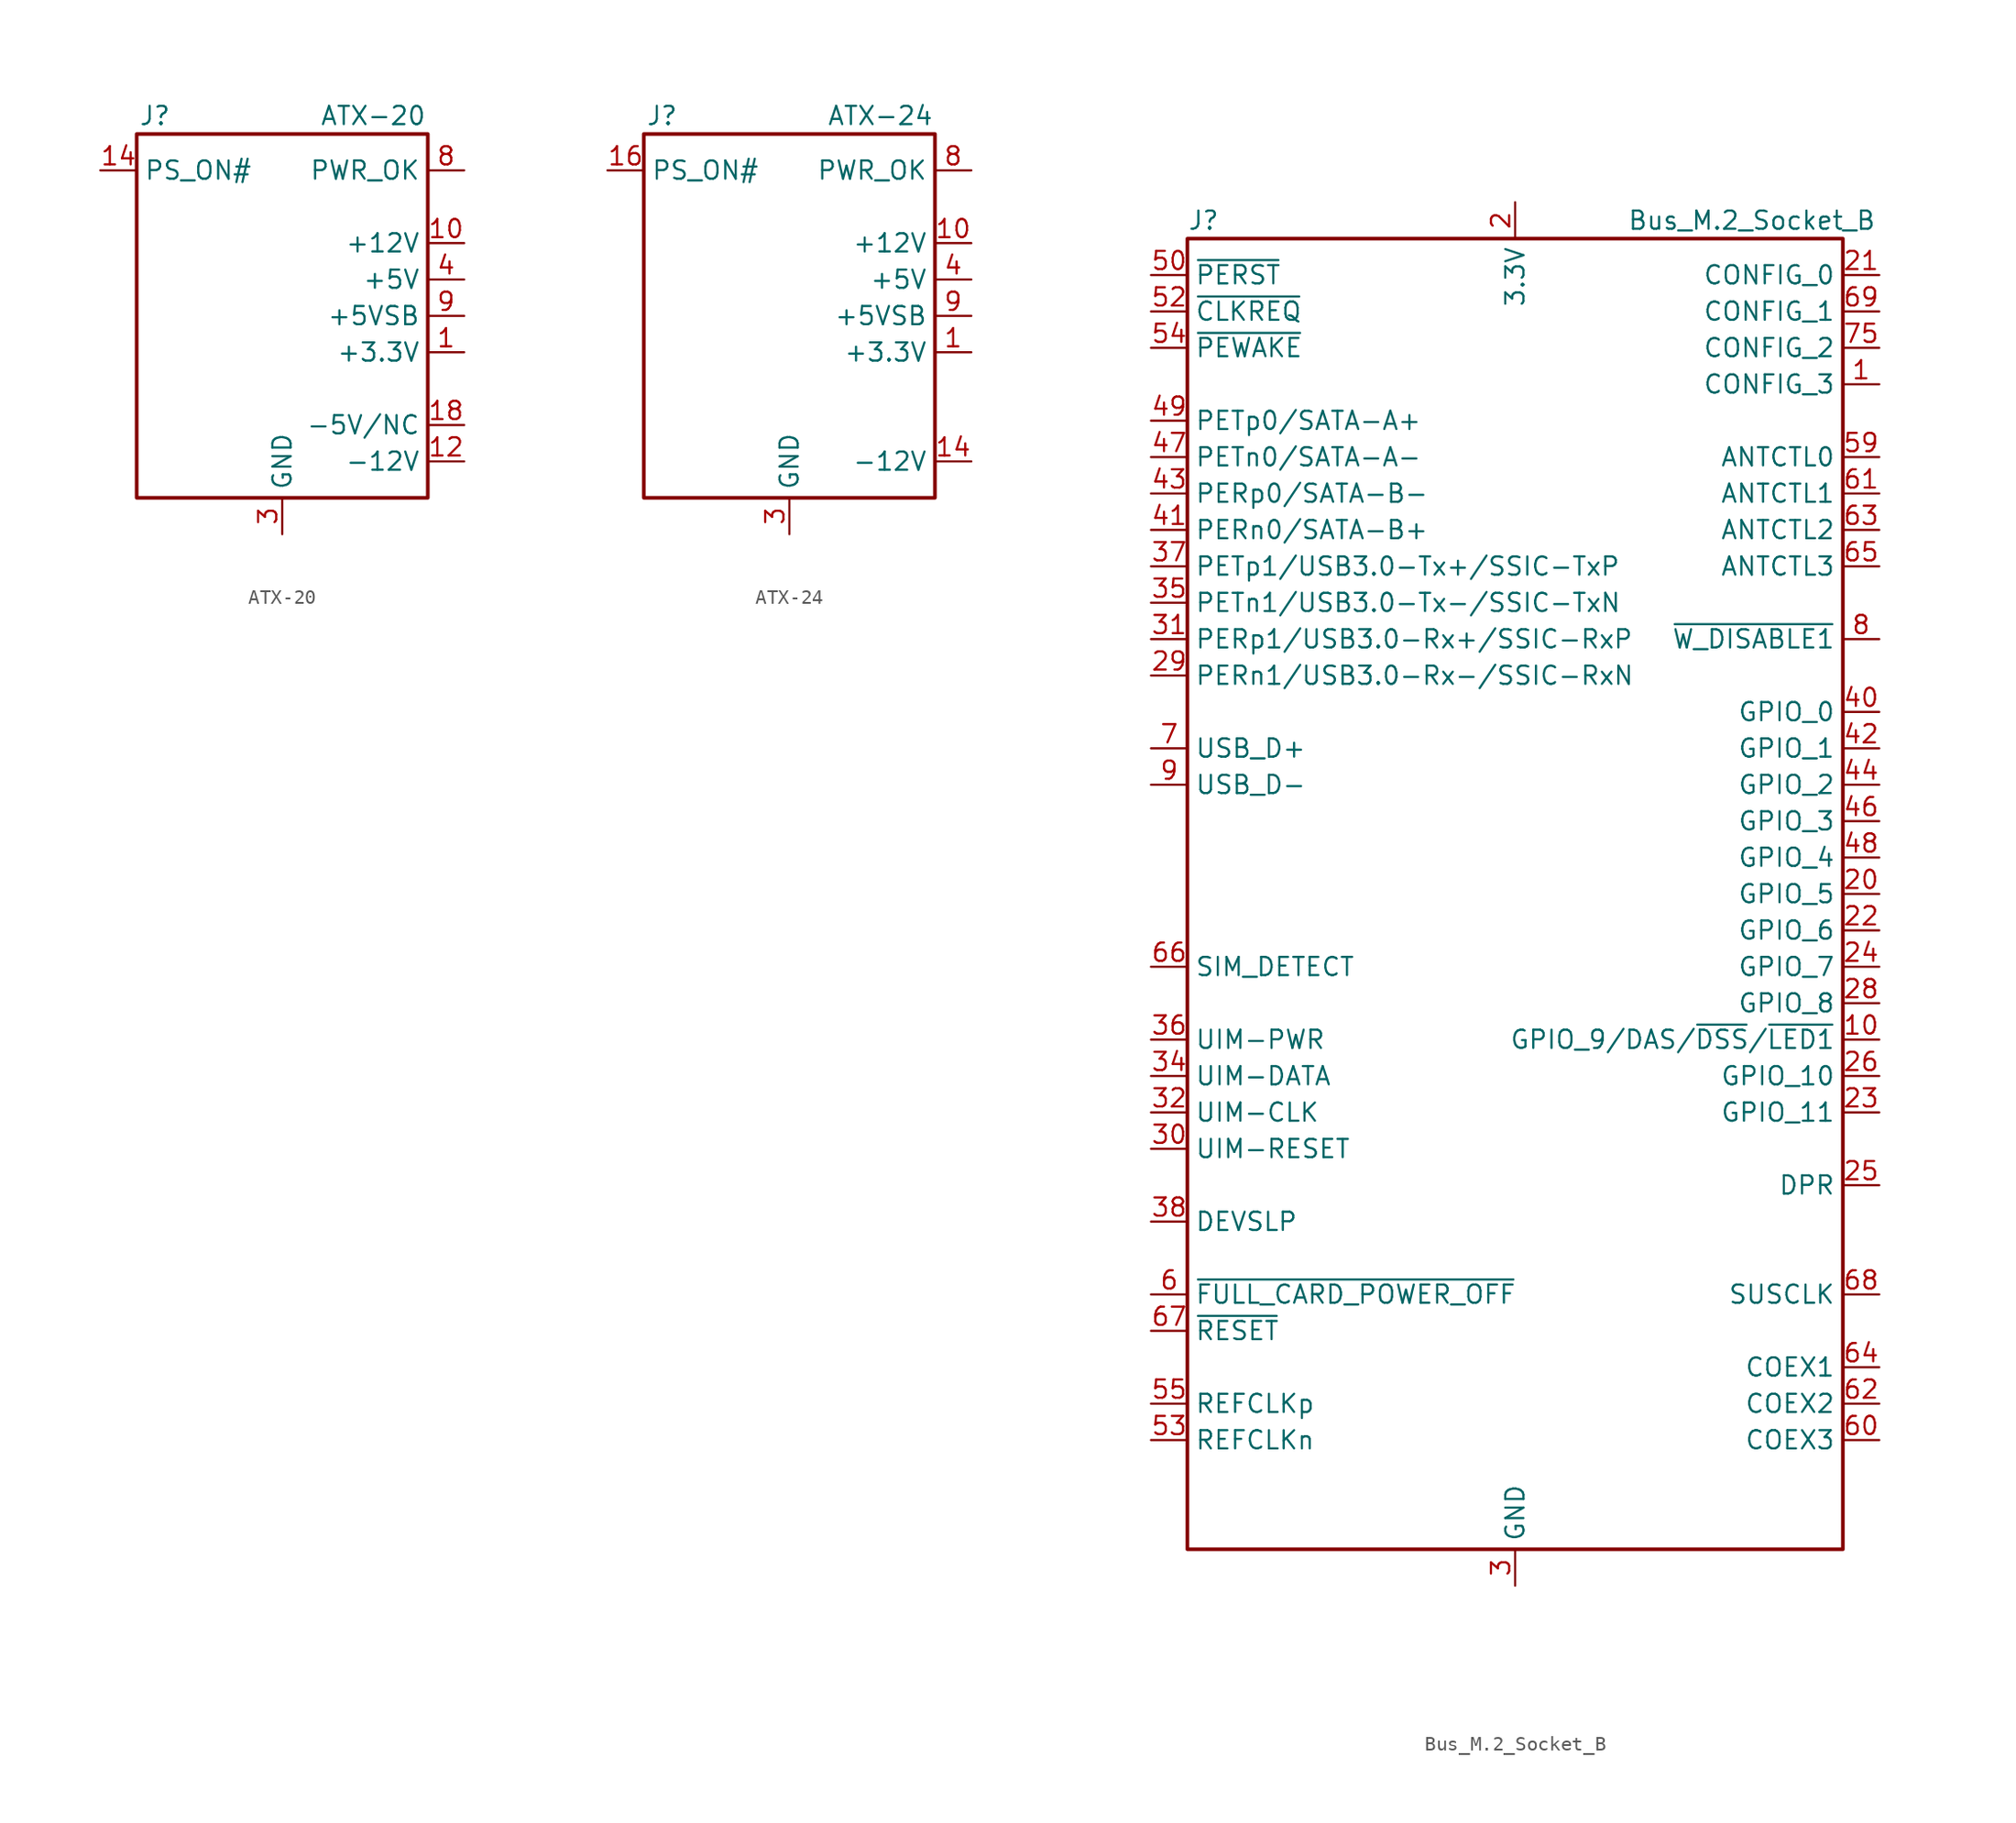
<source format=kicad_sym>
(kicad_symbol_lib
  (version 20211014)
  (generator kicad_symbol_editor)
  (symbol "ATX-20"
    (property "Reference" "J"
      (at -8.89 13.97 0)
      (effects (font (size 1.27 1.27))))
    (property "Value" "ATX-20"
      (at 6.35 13.97 0)
      (effects (font (size 1.27 1.27))))
    (symbol "ATX-20_0_1"
      (rectangle (start -10.16 12.7) (end 10.16 -12.7) (stroke (width 0.254) (type default) (color 0 0 0 0)) (fill (type none))))
    (symbol "ATX-20_1_1"
      (pin power_out line (at 12.7 -2.54 180) (length 2.54) (name "+3.3V" (effects (font (size 1.27 1.27)))) (number "1" (effects (font (size 1.27 1.27)))))
      (pin power_out line (at 12.7 5.08 180) (length 2.54) (name "+12V" (effects (font (size 1.27 1.27)))) (number "10" (effects (font (size 1.27 1.27)))))
      (pin passive line (at 12.7 -2.54 180) (length 2.54) hide (name "+3.3V" (effects (font (size 1.27 1.27)))) (number "11" (effects (font (size 1.27 1.27)))))
      (pin power_out line (at 12.7 -10.16 180) (length 2.54) (name "-12V" (effects (font (size 1.27 1.27)))) (number "12" (effects (font (size 1.27 1.27)))))
      (pin passive line (at 0 -15.24 90) (length 2.54) hide (name "GND" (effects (font (size 1.27 1.27)))) (number "13" (effects (font (size 1.27 1.27)))))
      (pin open_collector line (at -12.7 10.16 0) (length 2.54) (name "PS_ON#" (effects (font (size 1.27 1.27)))) (number "14" (effects (font (size 1.27 1.27)))))
      (pin passive line (at 0 -15.24 90) (length 2.54) hide (name "GND" (effects (font (size 1.27 1.27)))) (number "15" (effects (font (size 1.27 1.27)))))
      (pin passive line (at 0 -15.24 90) (length 2.54) hide (name "GND" (effects (font (size 1.27 1.27)))) (number "16" (effects (font (size 1.27 1.27)))))
      (pin passive line (at 0 -15.24 90) (length 2.54) hide (name "GND" (effects (font (size 1.27 1.27)))) (number "17" (effects (font (size 1.27 1.27)))))
      (pin power_out line (at 12.7 -7.62 180) (length 2.54) (name "-5V/NC" (effects (font (size 1.27 1.27)))) (number "18" (effects (font (size 1.27 1.27)))))
      (pin passive line (at 12.7 2.54 180) (length 2.54) hide (name "+5V" (effects (font (size 1.27 1.27)))) (number "19" (effects (font (size 1.27 1.27)))))
      (pin passive line (at 12.7 -2.54 180) (length 2.54) hide (name "+3.3V" (effects (font (size 1.27 1.27)))) (number "2" (effects (font (size 1.27 1.27)))))
      (pin passive line (at 12.7 2.54 180) (length 2.54) hide (name "+5V" (effects (font (size 1.27 1.27)))) (number "20" (effects (font (size 1.27 1.27)))))
      (pin power_out line (at 0 -15.24 90) (length 2.54) (name "GND" (effects (font (size 1.27 1.27)))) (number "3" (effects (font (size 1.27 1.27)))))
      (pin power_out line (at 12.7 2.54 180) (length 2.54) (name "+5V" (effects (font (size 1.27 1.27)))) (number "4" (effects (font (size 1.27 1.27)))))
      (pin passive line (at 0 -15.24 90) (length 2.54) hide (name "GND" (effects (font (size 1.27 1.27)))) (number "5" (effects (font (size 1.27 1.27)))))
      (pin passive line (at 12.7 2.54 180) (length 2.54) hide (name "+5V" (effects (font (size 1.27 1.27)))) (number "6" (effects (font (size 1.27 1.27)))))
      (pin passive line (at 0 -15.24 90) (length 2.54) hide (name "GND" (effects (font (size 1.27 1.27)))) (number "7" (effects (font (size 1.27 1.27)))))
      (pin output line (at 12.7 10.16 180) (length 2.54) (name "PWR_OK" (effects (font (size 1.27 1.27)))) (number "8" (effects (font (size 1.27 1.27)))))
      (pin power_out line (at 12.7 0 180) (length 2.54) (name "+5VSB" (effects (font (size 1.27 1.27)))) (number "9" (effects (font (size 1.27 1.27)))))))
  (symbol "ATX-24"
    (property "Reference" "J"
      (at -8.89 13.97 0)
      (effects (font (size 1.27 1.27))))
    (property "Value" "ATX-24"
      (at 6.35 13.97 0)
      (effects (font (size 1.27 1.27))))
    (symbol "ATX-24_0_1"
      (rectangle (start -10.16 12.7) (end 10.16 -12.7) (stroke (width 0.254) (type default) (color 0 0 0 0)) (fill (type none))))
    (symbol "ATX-24_1_1"
      (pin power_out line (at 12.7 -2.54 180) (length 2.54) (name "+3.3V" (effects (font (size 1.27 1.27)))) (number "1" (effects (font (size 1.27 1.27)))))
      (pin power_out line (at 12.7 5.08 180) (length 2.54) (name "+12V" (effects (font (size 1.27 1.27)))) (number "10" (effects (font (size 1.27 1.27)))))
      (pin passive line (at 12.7 5.08 180) (length 2.54) hide (name "+12V" (effects (font (size 1.27 1.27)))) (number "11" (effects (font (size 1.27 1.27)))))
      (pin passive line (at 12.7 -2.54 180) (length 2.54) hide (name "+3.3V" (effects (font (size 1.27 1.27)))) (number "12" (effects (font (size 1.27 1.27)))))
      (pin passive line (at 12.7 -2.54 180) (length 2.54) hide (name "+3.3V" (effects (font (size 1.27 1.27)))) (number "13" (effects (font (size 1.27 1.27)))))
      (pin power_out line (at 12.7 -10.16 180) (length 2.54) (name "-12V" (effects (font (size 1.27 1.27)))) (number "14" (effects (font (size 1.27 1.27)))))
      (pin passive line (at 0 -15.24 90) (length 2.54) hide (name "GND" (effects (font (size 1.27 1.27)))) (number "15" (effects (font (size 1.27 1.27)))))
      (pin open_collector line (at -12.7 10.16 0) (length 2.54) (name "PS_ON#" (effects (font (size 1.27 1.27)))) (number "16" (effects (font (size 1.27 1.27)))))
      (pin passive line (at 0 -15.24 90) (length 2.54) hide (name "GND" (effects (font (size 1.27 1.27)))) (number "17" (effects (font (size 1.27 1.27)))))
      (pin passive line (at 0 -15.24 90) (length 2.54) hide (name "GND" (effects (font (size 1.27 1.27)))) (number "18" (effects (font (size 1.27 1.27)))))
      (pin passive line (at 0 -15.24 90) (length 2.54) hide (name "GND" (effects (font (size 1.27 1.27)))) (number "19" (effects (font (size 1.27 1.27)))))
      (pin passive line (at 12.7 -2.54 180) (length 2.54) hide (name "+3.3V" (effects (font (size 1.27 1.27)))) (number "2" (effects (font (size 1.27 1.27)))))
      (pin no_connect line (at -10.16 0 0) (length 2.54) hide (name "NC" (effects (font (size 1.27 1.27)))) (number "20" (effects (font (size 1.27 1.27)))))
      (pin passive line (at 12.7 2.54 180) (length 2.54) hide (name "+5V" (effects (font (size 1.27 1.27)))) (number "21" (effects (font (size 1.27 1.27)))))
      (pin passive line (at 12.7 2.54 180) (length 2.54) hide (name "+5V" (effects (font (size 1.27 1.27)))) (number "22" (effects (font (size 1.27 1.27)))))
      (pin passive line (at 12.7 2.54 180) (length 2.54) hide (name "+5V" (effects (font (size 1.27 1.27)))) (number "23" (effects (font (size 1.27 1.27)))))
      (pin passive line (at 0 -15.24 90) (length 2.54) hide (name "GND" (effects (font (size 1.27 1.27)))) (number "24" (effects (font (size 1.27 1.27)))))
      (pin power_out line (at 0 -15.24 90) (length 2.54) (name "GND" (effects (font (size 1.27 1.27)))) (number "3" (effects (font (size 1.27 1.27)))))
      (pin power_out line (at 12.7 2.54 180) (length 2.54) (name "+5V" (effects (font (size 1.27 1.27)))) (number "4" (effects (font (size 1.27 1.27)))))
      (pin passive line (at 0 -15.24 90) (length 2.54) hide (name "GND" (effects (font (size 1.27 1.27)))) (number "5" (effects (font (size 1.27 1.27)))))
      (pin passive line (at 12.7 2.54 180) (length 2.54) hide (name "+5V" (effects (font (size 1.27 1.27)))) (number "6" (effects (font (size 1.27 1.27)))))
      (pin passive line (at 0 -15.24 90) (length 2.54) hide (name "GND" (effects (font (size 1.27 1.27)))) (number "7" (effects (font (size 1.27 1.27)))))
      (pin output line (at 12.7 10.16 180) (length 2.54) (name "PWR_OK" (effects (font (size 1.27 1.27)))) (number "8" (effects (font (size 1.27 1.27)))))
      (pin power_out line (at 12.7 0 180) (length 2.54) (name "+5VSB" (effects (font (size 1.27 1.27)))) (number "9" (effects (font (size 1.27 1.27)))))))
  (symbol "Bus_M.2_Socket_B"
    (property "Reference" "J"
      (at -22.86 46.99 0)
      (effects (font (size 1.27 1.27)) (justify left)))
    (property "Value" "Bus_M.2_Socket_B"
      (at 16.51 46.99 0)
      (effects (font (size 1.27 1.27))))
    (symbol "Bus_M.2_Socket_B_0_1"
      (rectangle (start -22.86 45.72) (end 22.86 -45.72) (stroke (width 0.254) (type default) (color 0 0 0 0)) (fill (type none))))
    (symbol "Bus_M.2_Socket_B_1_1"
      (pin input line (at 25.4 35.56 180) (length 2.54) (name "CONFIG_3" (effects (font (size 1.27 1.27)))) (number "1" (effects (font (size 1.27 1.27)))))
      (pin bidirectional line (at 25.4 -10.16 180) (length 2.54) (name "GPIO_9/DAS/~{DSS}/~{LED1}" (effects (font (size 1.27 1.27)))) (number "10" (effects (font (size 1.27 1.27)))))
      (pin passive line (at 0 -48.26 90) (length 2.54) hide (name "GND" (effects (font (size 1.27 1.27)))) (number "11" (effects (font (size 1.27 1.27)))))
      (pin power_in line (at 0 48.26 270) (length 2.54) (name "3.3V" (effects (font (size 1.27 1.27)))) (number "2" (effects (font (size 1.27 1.27)))))
      (pin bidirectional line (at 25.4 0 180) (length 2.54) (name "GPIO_5" (effects (font (size 1.27 1.27)))) (number "20" (effects (font (size 1.27 1.27)))))
      (pin input line (at 25.4 43.18 180) (length 2.54) (name "CONFIG_0" (effects (font (size 1.27 1.27)))) (number "21" (effects (font (size 1.27 1.27)))))
      (pin bidirectional line (at 25.4 -2.54 180) (length 2.54) (name "GPIO_6" (effects (font (size 1.27 1.27)))) (number "22" (effects (font (size 1.27 1.27)))))
      (pin bidirectional line (at 25.4 -15.24 180) (length 2.54) (name "GPIO_11" (effects (font (size 1.27 1.27)))) (number "23" (effects (font (size 1.27 1.27)))))
      (pin bidirectional line (at 25.4 -5.08 180) (length 2.54) (name "GPIO_7" (effects (font (size 1.27 1.27)))) (number "24" (effects (font (size 1.27 1.27)))))
      (pin output line (at 25.4 -20.32 180) (length 2.54) (name "DPR" (effects (font (size 1.27 1.27)))) (number "25" (effects (font (size 1.27 1.27)))))
      (pin bidirectional line (at 25.4 -12.7 180) (length 2.54) (name "GPIO_10" (effects (font (size 1.27 1.27)))) (number "26" (effects (font (size 1.27 1.27)))))
      (pin passive line (at 0 -48.26 90) (length 2.54) hide (name "GND" (effects (font (size 1.27 1.27)))) (number "27" (effects (font (size 1.27 1.27)))))
      (pin bidirectional line (at 25.4 -7.62 180) (length 2.54) (name "GPIO_8" (effects (font (size 1.27 1.27)))) (number "28" (effects (font (size 1.27 1.27)))))
      (pin input line (at -25.4 15.24 0) (length 2.54) (name "PERn1/USB3.0-Rx-/SSIC-RxN" (effects (font (size 1.27 1.27)))) (number "29" (effects (font (size 1.27 1.27)))))
      (pin power_in line (at 0 -48.26 90) (length 2.54) (name "GND" (effects (font (size 1.27 1.27)))) (number "3" (effects (font (size 1.27 1.27)))))
      (pin input line (at -25.4 -17.78 0) (length 2.54) (name "UIM-RESET" (effects (font (size 1.27 1.27)))) (number "30" (effects (font (size 1.27 1.27)))))
      (pin input line (at -25.4 17.78 0) (length 2.54) (name "PERp1/USB3.0-Rx+/SSIC-RxP" (effects (font (size 1.27 1.27)))) (number "31" (effects (font (size 1.27 1.27)))))
      (pin input line (at -25.4 -15.24 0) (length 2.54) (name "UIM-CLK" (effects (font (size 1.27 1.27)))) (number "32" (effects (font (size 1.27 1.27)))))
      (pin passive line (at 0 -48.26 90) (length 2.54) hide (name "GND" (effects (font (size 1.27 1.27)))) (number "33" (effects (font (size 1.27 1.27)))))
      (pin bidirectional line (at -25.4 -12.7 0) (length 2.54) (name "UIM-DATA" (effects (font (size 1.27 1.27)))) (number "34" (effects (font (size 1.27 1.27)))))
      (pin output line (at -25.4 20.32 0) (length 2.54) (name "PETn1/USB3.0-Tx-/SSIC-TxN" (effects (font (size 1.27 1.27)))) (number "35" (effects (font (size 1.27 1.27)))))
      (pin input line (at -25.4 -10.16 0) (length 2.54) (name "UIM-PWR" (effects (font (size 1.27 1.27)))) (number "36" (effects (font (size 1.27 1.27)))))
      (pin output line (at -25.4 22.86 0) (length 2.54) (name "PETp1/USB3.0-Tx+/SSIC-TxP" (effects (font (size 1.27 1.27)))) (number "37" (effects (font (size 1.27 1.27)))))
      (pin output line (at -25.4 -22.86 0) (length 2.54) (name "DEVSLP" (effects (font (size 1.27 1.27)))) (number "38" (effects (font (size 1.27 1.27)))))
      (pin passive line (at 0 -48.26 90) (length 2.54) hide (name "GND" (effects (font (size 1.27 1.27)))) (number "39" (effects (font (size 1.27 1.27)))))
      (pin passive line (at 0 48.26 270) (length 2.54) hide (name "3.3V" (effects (font (size 1.27 1.27)))) (number "4" (effects (font (size 1.27 1.27)))))
      (pin bidirectional line (at 25.4 12.7 180) (length 2.54) (name "GPIO_0" (effects (font (size 1.27 1.27)))) (number "40" (effects (font (size 1.27 1.27)))))
      (pin input line (at -25.4 25.4 0) (length 2.54) (name "PERn0/SATA-B+" (effects (font (size 1.27 1.27)))) (number "41" (effects (font (size 1.27 1.27)))))
      (pin bidirectional line (at 25.4 10.16 180) (length 2.54) (name "GPIO_1" (effects (font (size 1.27 1.27)))) (number "42" (effects (font (size 1.27 1.27)))))
      (pin input line (at -25.4 27.94 0) (length 2.54) (name "PERp0/SATA-B-" (effects (font (size 1.27 1.27)))) (number "43" (effects (font (size 1.27 1.27)))))
      (pin bidirectional line (at 25.4 7.62 180) (length 2.54) (name "GPIO_2" (effects (font (size 1.27 1.27)))) (number "44" (effects (font (size 1.27 1.27)))))
      (pin passive line (at 0 -48.26 90) (length 2.54) hide (name "GND" (effects (font (size 1.27 1.27)))) (number "45" (effects (font (size 1.27 1.27)))))
      (pin bidirectional line (at 25.4 5.08 180) (length 2.54) (name "GPIO_3" (effects (font (size 1.27 1.27)))) (number "46" (effects (font (size 1.27 1.27)))))
      (pin output line (at -25.4 30.48 0) (length 2.54) (name "PETn0/SATA-A-" (effects (font (size 1.27 1.27)))) (number "47" (effects (font (size 1.27 1.27)))))
      (pin bidirectional line (at 25.4 2.54 180) (length 2.54) (name "GPIO_4" (effects (font (size 1.27 1.27)))) (number "48" (effects (font (size 1.27 1.27)))))
      (pin output line (at -25.4 33.02 0) (length 2.54) (name "PETp0/SATA-A+" (effects (font (size 1.27 1.27)))) (number "49" (effects (font (size 1.27 1.27)))))
      (pin passive line (at 0 -48.26 90) (length 2.54) hide (name "GND" (effects (font (size 1.27 1.27)))) (number "5" (effects (font (size 1.27 1.27)))))
      (pin output line (at -25.4 43.18 0) (length 2.54) (name "~{PERST}" (effects (font (size 1.27 1.27)))) (number "50" (effects (font (size 1.27 1.27)))))
      (pin passive line (at 0 -48.26 90) (length 2.54) hide (name "GND" (effects (font (size 1.27 1.27)))) (number "51" (effects (font (size 1.27 1.27)))))
      (pin bidirectional line (at -25.4 40.64 0) (length 2.54) (name "~{CLKREQ}" (effects (font (size 1.27 1.27)))) (number "52" (effects (font (size 1.27 1.27)))))
      (pin output line (at -25.4 -38.1 0) (length 2.54) (name "REFCLKn" (effects (font (size 1.27 1.27)))) (number "53" (effects (font (size 1.27 1.27)))))
      (pin bidirectional line (at -25.4 38.1 0) (length 2.54) (name "~{PEWAKE}" (effects (font (size 1.27 1.27)))) (number "54" (effects (font (size 1.27 1.27)))))
      (pin output line (at -25.4 -35.56 0) (length 2.54) (name "REFCLKp" (effects (font (size 1.27 1.27)))) (number "55" (effects (font (size 1.27 1.27)))))
      (pin no_connect line (at 22.86 -43.18 180) (length 2.54) hide (name "NC" (effects (font (size 1.27 1.27)))) (number "56" (effects (font (size 1.27 1.27)))))
      (pin passive line (at 0 -48.26 90) (length 2.54) hide (name "GND" (effects (font (size 1.27 1.27)))) (number "57" (effects (font (size 1.27 1.27)))))
      (pin no_connect line (at 22.86 -40.64 180) (length 2.54) hide (name "NC" (effects (font (size 1.27 1.27)))) (number "58" (effects (font (size 1.27 1.27)))))
      (pin input line (at 25.4 30.48 180) (length 2.54) (name "ANTCTL0" (effects (font (size 1.27 1.27)))) (number "59" (effects (font (size 1.27 1.27)))))
      (pin output line (at -25.4 -27.94 0) (length 2.54) (name "~{FULL_CARD_POWER_OFF}" (effects (font (size 1.27 1.27)))) (number "6" (effects (font (size 1.27 1.27)))))
      (pin bidirectional line (at 25.4 -38.1 180) (length 2.54) (name "COEX3" (effects (font (size 1.27 1.27)))) (number "60" (effects (font (size 1.27 1.27)))))
      (pin input line (at 25.4 27.94 180) (length 2.54) (name "ANTCTL1" (effects (font (size 1.27 1.27)))) (number "61" (effects (font (size 1.27 1.27)))))
      (pin bidirectional line (at 25.4 -35.56 180) (length 2.54) (name "COEX2" (effects (font (size 1.27 1.27)))) (number "62" (effects (font (size 1.27 1.27)))))
      (pin input line (at 25.4 25.4 180) (length 2.54) (name "ANTCTL2" (effects (font (size 1.27 1.27)))) (number "63" (effects (font (size 1.27 1.27)))))
      (pin bidirectional line (at 25.4 -33.02 180) (length 2.54) (name "COEX1" (effects (font (size 1.27 1.27)))) (number "64" (effects (font (size 1.27 1.27)))))
      (pin input line (at 25.4 22.86 180) (length 2.54) (name "ANTCTL3" (effects (font (size 1.27 1.27)))) (number "65" (effects (font (size 1.27 1.27)))))
      (pin output line (at -25.4 -5.08 0) (length 2.54) (name "SIM_DETECT" (effects (font (size 1.27 1.27)))) (number "66" (effects (font (size 1.27 1.27)))))
      (pin output line (at -25.4 -30.48 0) (length 2.54) (name "~{RESET}" (effects (font (size 1.27 1.27)))) (number "67" (effects (font (size 1.27 1.27)))))
      (pin output line (at 25.4 -27.94 180) (length 2.54) (name "SUSCLK" (effects (font (size 1.27 1.27)))) (number "68" (effects (font (size 1.27 1.27)))))
      (pin input line (at 25.4 40.64 180) (length 2.54) (name "CONFIG_1" (effects (font (size 1.27 1.27)))) (number "69" (effects (font (size 1.27 1.27)))))
      (pin bidirectional line (at -25.4 10.16 0) (length 2.54) (name "USB_D+" (effects (font (size 1.27 1.27)))) (number "7" (effects (font (size 1.27 1.27)))))
      (pin passive line (at 0 48.26 270) (length 2.54) hide (name "3.3V" (effects (font (size 1.27 1.27)))) (number "70" (effects (font (size 1.27 1.27)))))
      (pin passive line (at 0 -48.26 90) (length 2.54) hide (name "GND" (effects (font (size 1.27 1.27)))) (number "71" (effects (font (size 1.27 1.27)))))
      (pin passive line (at 0 48.26 270) (length 2.54) hide (name "3.3V" (effects (font (size 1.27 1.27)))) (number "72" (effects (font (size 1.27 1.27)))))
      (pin passive line (at 0 -48.26 90) (length 2.54) hide (name "GND" (effects (font (size 1.27 1.27)))) (number "73" (effects (font (size 1.27 1.27)))))
      (pin passive line (at 0 48.26 270) (length 2.54) hide (name "3.3V" (effects (font (size 1.27 1.27)))) (number "74" (effects (font (size 1.27 1.27)))))
      (pin input line (at 25.4 38.1 180) (length 2.54) (name "CONFIG_2" (effects (font (size 1.27 1.27)))) (number "75" (effects (font (size 1.27 1.27)))))
      (pin output line (at 25.4 17.78 180) (length 2.54) (name "~{W_DISABLE1}" (effects (font (size 1.27 1.27)))) (number "8" (effects (font (size 1.27 1.27)))))
      (pin bidirectional line (at -25.4 7.62 0) (length 2.54) (name "USB_D-" (effects (font (size 1.27 1.27)))) (number "9" (effects (font (size 1.27 1.27))))))))
</source>
